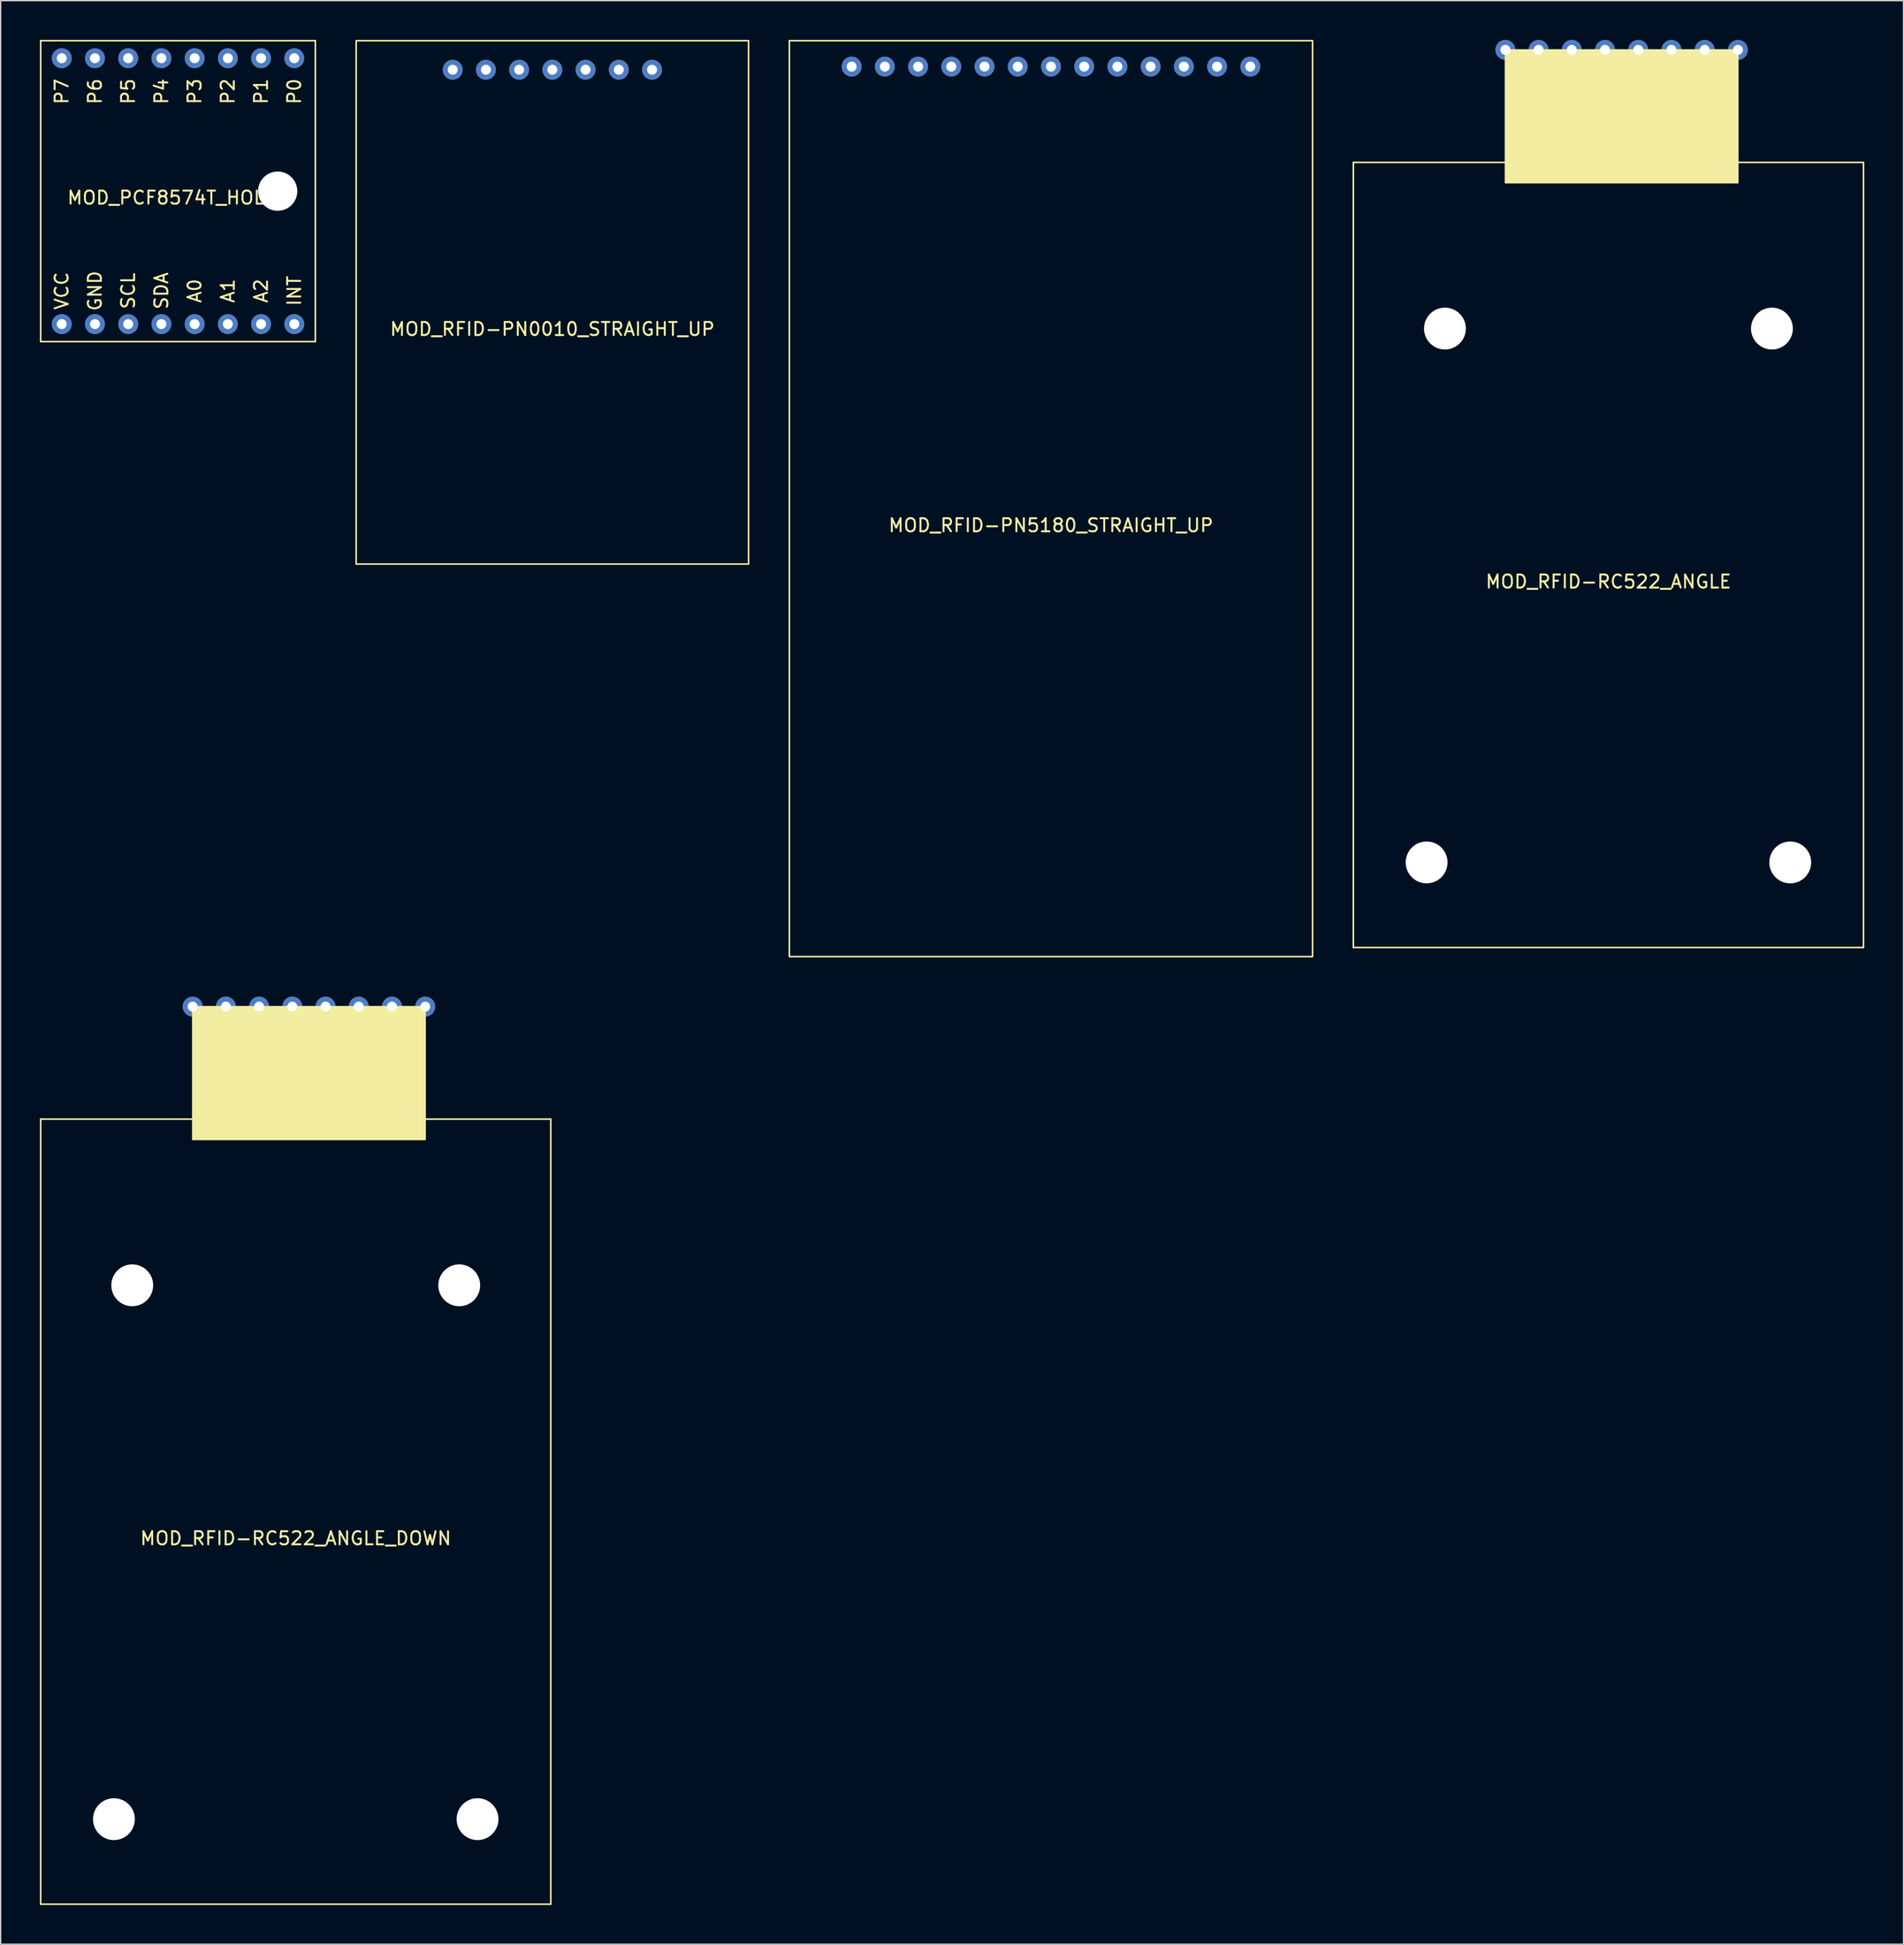
<source format=kicad_pcb>
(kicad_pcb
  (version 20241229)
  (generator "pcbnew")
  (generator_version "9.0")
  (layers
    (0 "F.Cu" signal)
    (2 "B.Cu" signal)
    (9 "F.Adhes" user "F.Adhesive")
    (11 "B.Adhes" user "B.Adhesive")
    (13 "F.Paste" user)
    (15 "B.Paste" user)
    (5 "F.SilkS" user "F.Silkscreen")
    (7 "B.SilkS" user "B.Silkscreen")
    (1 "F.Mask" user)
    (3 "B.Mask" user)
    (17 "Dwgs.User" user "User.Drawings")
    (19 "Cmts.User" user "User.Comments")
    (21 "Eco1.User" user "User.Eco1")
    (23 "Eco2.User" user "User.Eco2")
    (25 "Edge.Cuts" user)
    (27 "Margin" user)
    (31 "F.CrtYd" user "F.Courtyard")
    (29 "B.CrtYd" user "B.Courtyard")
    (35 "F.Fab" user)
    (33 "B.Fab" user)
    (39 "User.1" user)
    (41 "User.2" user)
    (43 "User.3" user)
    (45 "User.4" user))
  (footprint "MOD_RFID-RC522_ANGLE"
    (layer "F.Cu")
    (at 119.92 39.362)
    (property "Reference" "MOD_RFID-RC522_ANGLE" (at 0 2.04 0) (layer "F.SilkS") (effects (font (size 1 1) (thickness 0.15))))
    (attr through_hole)
    (fp_line (start -19.5 -30) (end 19.5 -30) (stroke (width 0.12) (type solid)) (layer "F.SilkS"))
    (fp_line (start -19.5 30) (end -19.5 -30) (stroke (width 0.12) (type solid)) (layer "F.SilkS"))
    (fp_line (start 19.5 -30) (end 19.5 30) (stroke (width 0.12) (type solid)) (layer "F.SilkS"))
    (fp_line (start 19.5 30) (end -19.5 30) (stroke (width 0.12) (type solid)) (layer "F.SilkS"))
    (fp_poly (pts (xy 9.9 -28.44) (xy -7.88 -28.44) (xy -7.88 -38.6) (xy 9.9 -38.6)) (stroke (width 0.1) (type solid)) (fill yes) (layer "F.SilkS"))
    (pad "" np_thru_hole circle (at -13.9 23.5) (size 3.2 3.2) (drill 3.2) (layers "*.Cu" "*.Mask"))
    (pad "" np_thru_hole circle (at -12.5 -17.3) (size 3.2 3.2) (drill 3.2) (layers "*.Cu" "*.Mask"))
    (pad "" np_thru_hole circle (at 12.5 -17.3) (size 3.2 3.2) (drill 3.2) (layers "*.Cu" "*.Mask"))
    (pad "" np_thru_hole circle (at 13.9 23.5) (size 3.2 3.2) (drill 3.2) (layers "*.Cu" "*.Mask"))
    (pad "1" thru_hole circle (at 9.9 -38.6) (size 1.524 1.524) (drill 0.762) (layers "*.Cu" "*.Mask"))
    (pad "2" thru_hole circle (at 7.36 -38.6) (size 1.524 1.524) (drill 0.762) (layers "*.Cu" "*.Mask"))
    (pad "3" thru_hole circle (at 4.82 -38.6) (size 1.524 1.524) (drill 0.762) (layers "*.Cu" "*.Mask"))
    (pad "4" thru_hole circle (at 2.28 -38.6) (size 1.524 1.524) (drill 0.762) (layers "*.Cu" "*.Mask"))
    (pad "5" thru_hole circle (at -0.26 -38.6) (size 1.524 1.524) (drill 0.762) (layers "*.Cu" "*.Mask"))
    (pad "6" thru_hole circle (at -2.8 -38.6) (size 1.524 1.524) (drill 0.762) (layers "*.Cu" "*.Mask"))
    (pad "7" thru_hole circle (at -5.34 -38.6) (size 1.524 1.524) (drill 0.762) (layers "*.Cu" "*.Mask"))
    (pad "8" thru_hole circle (at -7.88 -38.6) (size 1.524 1.524) (drill 0.762) (layers "*.Cu" "*.Mask")))
  (footprint "MOD_RFID-PN5180_STRAIGHT_UP"
    (layer "F.Cu")
    (at 77.3 35.06)
    (property "Reference" "MOD_RFID-PN5180_STRAIGHT_UP" (at 0 2.04 0) (layer "F.SilkS") (effects (font (size 1 1) (thickness 0.15))))
    (attr through_hole)
    (fp_rect (start -20 -35) (end 20 35) (stroke (width 0.12) (type solid)) (fill no) (layer "F.SilkS"))
    (pad "1" thru_hole circle (at -15.24 -33.02) (size 1.524 1.524) (drill 0.762) (layers "*.Cu" "*.Mask"))
    (pad "2" thru_hole circle (at -12.7 -33.02) (size 1.524 1.524) (drill 0.762) (layers "*.Cu" "*.Mask"))
    (pad "3" thru_hole circle (at -10.16 -33.02) (size 1.524 1.524) (drill 0.762) (layers "*.Cu" "*.Mask"))
    (pad "4" thru_hole circle (at -7.62 -33.02) (size 1.524 1.524) (drill 0.762) (layers "*.Cu" "*.Mask"))
    (pad "5" thru_hole circle (at -5.08 -33.02) (size 1.524 1.524) (drill 0.762) (layers "*.Cu" "*.Mask"))
    (pad "6" thru_hole circle (at -2.54 -33.02) (size 1.524 1.524) (drill 0.762) (layers "*.Cu" "*.Mask"))
    (pad "7" thru_hole circle (at 0 -33.02) (size 1.524 1.524) (drill 0.762) (layers "*.Cu" "*.Mask"))
    (pad "8" thru_hole circle (at 2.54 -33.02) (size 1.524 1.524) (drill 0.762) (layers "*.Cu" "*.Mask"))
    (pad "9" thru_hole circle (at 5.08 -33.02) (size 1.524 1.524) (drill 0.762) (layers "*.Cu" "*.Mask"))
    (pad "10" thru_hole circle (at 7.62 -33.02) (size 1.524 1.524) (drill 0.762) (layers "*.Cu" "*.Mask"))
    (pad "11" thru_hole circle (at 10.16 -33.02) (size 1.524 1.524) (drill 0.762) (layers "*.Cu" "*.Mask"))
    (pad "12" thru_hole circle (at 12.7 -33.02) (size 1.524 1.524) (drill 0.762) (layers "*.Cu" "*.Mask"))
    (pad "13" thru_hole circle (at 15.24 -33.02) (size 1.524 1.524) (drill 0.762) (layers "*.Cu" "*.Mask")))
  (footprint "MOD_RFID-PN0010_STRAIGHT_UP"
    (layer "F.Cu")
    (at 39.18 20.06)
    (property "Reference" "MOD_RFID-PN0010_STRAIGHT_UP" (at 0 2.04 0) (layer "F.SilkS") (effects (font (size 1 1) (thickness 0.15))))
    (attr through_hole)
    (fp_rect (start -15 -20) (end 15 20) (stroke (width 0.12) (type solid)) (fill no) (layer "F.SilkS"))
    (pad "1" thru_hole circle (at -7.62 -17.78) (size 1.524 1.524) (drill 0.762) (layers "*.Cu" "*.Mask"))
    (pad "2" thru_hole circle (at -5.08 -17.78) (size 1.524 1.524) (drill 0.762) (layers "*.Cu" "*.Mask"))
    (pad "3" thru_hole circle (at -2.54 -17.78) (size 1.524 1.524) (drill 0.762) (layers "*.Cu" "*.Mask"))
    (pad "4" thru_hole circle (at 0 -17.78) (size 1.524 1.524) (drill 0.762) (layers "*.Cu" "*.Mask"))
    (pad "5" thru_hole circle (at 2.54 -17.78) (size 1.524 1.524) (drill 0.762) (layers "*.Cu" "*.Mask"))
    (pad "6" thru_hole circle (at 5.08 -17.78) (size 1.524 1.524) (drill 0.762) (layers "*.Cu" "*.Mask"))
    (pad "7" thru_hole circle (at 7.62 -17.78) (size 1.524 1.524) (drill 0.762) (layers "*.Cu" "*.Mask")))
  (footprint "MOD_RFID-RC522_ANGLE_DOWN"
    (layer "F.Cu")
    (at 19.56 112.482)
    (property "Reference" "MOD_RFID-RC522_ANGLE_DOWN" (at 0 2.04 0) (layer "F.SilkS") (effects (font (size 1 1) (thickness 0.15))))
    (attr through_hole)
    (fp_line (start -19.5 -30) (end 19.5 -30) (stroke (width 0.12) (type solid)) (layer "F.SilkS"))
    (fp_line (start -19.5 30) (end -19.5 -30) (stroke (width 0.12) (type solid)) (layer "F.SilkS"))
    (fp_line (start 19.5 -30) (end 19.5 30) (stroke (width 0.12) (type solid)) (layer "F.SilkS"))
    (fp_line (start 19.5 30) (end -19.5 30) (stroke (width 0.12) (type solid)) (layer "F.SilkS"))
    (fp_poly (pts (xy 9.9 -28.44) (xy -7.88 -28.44) (xy -7.88 -38.6) (xy 9.9 -38.6)) (stroke (width 0.1) (type solid)) (fill yes) (layer "F.SilkS"))
    (pad "" np_thru_hole circle (at -13.9 23.5) (size 3.2 3.2) (drill 3.2) (layers "*.Cu" "*.Mask"))
    (pad "" np_thru_hole circle (at -12.5 -17.3) (size 3.2 3.2) (drill 3.2) (layers "*.Cu" "*.Mask"))
    (pad "" np_thru_hole circle (at 12.5 -17.3) (size 3.2 3.2) (drill 3.2) (layers "*.Cu" "*.Mask"))
    (pad "" np_thru_hole circle (at 13.9 23.5) (size 3.2 3.2) (drill 3.2) (layers "*.Cu" "*.Mask"))
    (pad "1" thru_hole circle (at 9.9 -38.6) (size 1.524 1.524) (drill 0.762) (layers "*.Cu" "*.Mask"))
    (pad "2" thru_hole circle (at 7.36 -38.6) (size 1.524 1.524) (drill 0.762) (layers "*.Cu" "*.Mask"))
    (pad "3" thru_hole circle (at 4.82 -38.6) (size 1.524 1.524) (drill 0.762) (layers "*.Cu" "*.Mask"))
    (pad "4" thru_hole circle (at 2.28 -38.6) (size 1.524 1.524) (drill 0.762) (layers "*.Cu" "*.Mask"))
    (pad "5" thru_hole circle (at -0.26 -38.6) (size 1.524 1.524) (drill 0.762) (layers "*.Cu" "*.Mask"))
    (pad "6" thru_hole circle (at -2.8 -38.6) (size 1.524 1.524) (drill 0.762) (layers "*.Cu" "*.Mask"))
    (pad "7" thru_hole circle (at -5.34 -38.6) (size 1.524 1.524) (drill 0.762) (layers "*.Cu" "*.Mask"))
    (pad "8" thru_hole circle (at -7.88 -38.6) (size 1.524 1.524) (drill 0.762) (layers "*.Cu" "*.Mask")))
  (footprint "MOD_PCF8574T_HOLES"
    (layer "F.Cu")
    (at 10.56 11.56)
    (property "Reference" "MOD_PCF8574T_HOLES" (at 0 0.5 0) (layer "F.SilkS") (effects (font (size 1 1) (thickness 0.15))))
    (attr through_hole)
    (fp_line (start -10.5 -11.5) (end 10.5 -11.5) (stroke (width 0.12) (type solid)) (layer "F.SilkS"))
    (fp_line (start -10.5 11.5) (end -10.5 -11.5) (stroke (width 0.12) (type solid)) (layer "F.SilkS"))
    (fp_line (start -10.5 11.5) (end 10.5 11.5) (stroke (width 0.12) (type solid)) (layer "F.SilkS"))
    (fp_line (start 10.5 11.5) (end 10.5 -11.5) (stroke (width 0.12) (type solid)) (layer "F.SilkS"))
    (fp_text user "P4" (at -1.27 -7.62 90) (layer "F.SilkS") (effects (font (size 1 1) (thickness 0.15))))
    (fp_text user "A1" (at 3.81 7.62 90) (layer "F.SilkS") (effects (font (size 1 1) (thickness 0.15))))
    (fp_text user "P7" (at -8.89 -7.62 90) (layer "F.SilkS") (effects (font (size 1 1) (thickness 0.15))))
    (fp_text user "P2" (at 3.81 -7.62 90) (layer "F.SilkS") (effects (font (size 1 1) (thickness 0.15))))
    (fp_text user "A0" (at 1.27 7.62 90) (layer "F.SilkS") (effects (font (size 1 1) (thickness 0.15))))
    (fp_text user "P3" (at 1.27 -7.62 90) (layer "F.SilkS") (effects (font (size 1 1) (thickness 0.15))))
    (fp_text user "INT" (at 8.89 7.62 90) (layer "F.SilkS") (effects (font (size 1 1) (thickness 0.15))))
    (fp_text user "SCL" (at -3.81 7.62 90) (layer "F.SilkS") (effects (font (size 1 1) (thickness 0.15))))
    (fp_text user "SDA" (at -1.27 7.62 90) (layer "F.SilkS") (effects (font (size 1 1) (thickness 0.15))))
    (fp_text user "P1" (at 6.35 -7.62 90) (layer "F.SilkS") (effects (font (size 1 1) (thickness 0.15))))
    (fp_text user "GND" (at -6.35 7.62 90) (layer "F.SilkS") (effects (font (size 1 1) (thickness 0.15))))
    (fp_text user "VCC" (at -8.89 7.62 90) (layer "F.SilkS") (effects (font (size 1 1) (thickness 0.15))))
    (fp_text user "P0" (at 8.89 -7.62 90) (layer "F.SilkS") (effects (font (size 1 1) (thickness 0.15))))
    (fp_text user "P6" (at -6.35 -7.62 90) (layer "F.SilkS") (effects (font (size 1 1) (thickness 0.15))))
    (fp_text user "A2" (at 6.35 7.62 90) (layer "F.SilkS") (effects (font (size 1 1) (thickness 0.15))))
    (fp_text user "P5" (at -3.81 -7.62 90) (layer "F.SilkS") (effects (font (size 1 1) (thickness 0.15))))
    (pad "" np_thru_hole circle (at 7.62 0) (size 3 3) (drill 3) (layers "*.Cu" "*.Mask"))
    (pad "1" thru_hole circle (at -8.89 10.16) (size 1.524 1.524) (drill 0.762) (layers "*.Cu" "*.Mask"))
    (pad "2" thru_hole circle (at -6.35 10.16) (size 1.524 1.524) (drill 0.762) (layers "*.Cu" "*.Mask"))
    (pad "3" thru_hole circle (at -3.81 10.16) (size 1.524 1.524) (drill 0.762) (layers "*.Cu" "*.Mask"))
    (pad "4" thru_hole circle (at -1.27 10.16) (size 1.524 1.524) (drill 0.762) (layers "*.Cu" "*.Mask"))
    (pad "5" thru_hole circle (at 1.27 10.16) (size 1.524 1.524) (drill 0.762) (layers "*.Cu" "*.Mask"))
    (pad "6" thru_hole circle (at 3.81 10.16) (size 1.524 1.524) (drill 0.762) (layers "*.Cu" "*.Mask"))
    (pad "7" thru_hole circle (at 6.35 10.16) (size 1.524 1.524) (drill 0.762) (layers "*.Cu" "*.Mask"))
    (pad "8" thru_hole circle (at 8.89 10.16) (size 1.524 1.524) (drill 0.762) (layers "*.Cu" "*.Mask"))
    (pad "9" thru_hole circle (at 8.89 -10.16) (size 1.524 1.524) (drill 0.762) (layers "*.Cu" "*.Mask"))
    (pad "10" thru_hole circle (at 6.35 -10.16) (size 1.524 1.524) (drill 0.762) (layers "*.Cu" "*.Mask"))
    (pad "11" thru_hole circle (at 3.81 -10.16) (size 1.524 1.524) (drill 0.762) (layers "*.Cu" "*.Mask"))
    (pad "12" thru_hole circle (at 1.27 -10.16) (size 1.524 1.524) (drill 0.762) (layers "*.Cu" "*.Mask"))
    (pad "13" thru_hole circle (at -1.27 -10.16) (size 1.524 1.524) (drill 0.762) (layers "*.Cu" "*.Mask"))
    (pad "14" thru_hole circle (at -3.81 -10.16) (size 1.524 1.524) (drill 0.762) (layers "*.Cu" "*.Mask"))
    (pad "15" thru_hole circle (at -6.35 -10.16) (size 1.524 1.524) (drill 0.762) (layers "*.Cu" "*.Mask"))
    (pad "16" thru_hole circle (at -8.89 -10.16) (size 1.524 1.524) (drill 0.762) (layers "*.Cu" "*.Mask")))
  (gr_rect
    (start -3 -3)
    (end 142.48 145.542)
    (stroke (width 0.1) (type default))
    (fill no)
    (layer "Edge.Cuts")))
</source>
